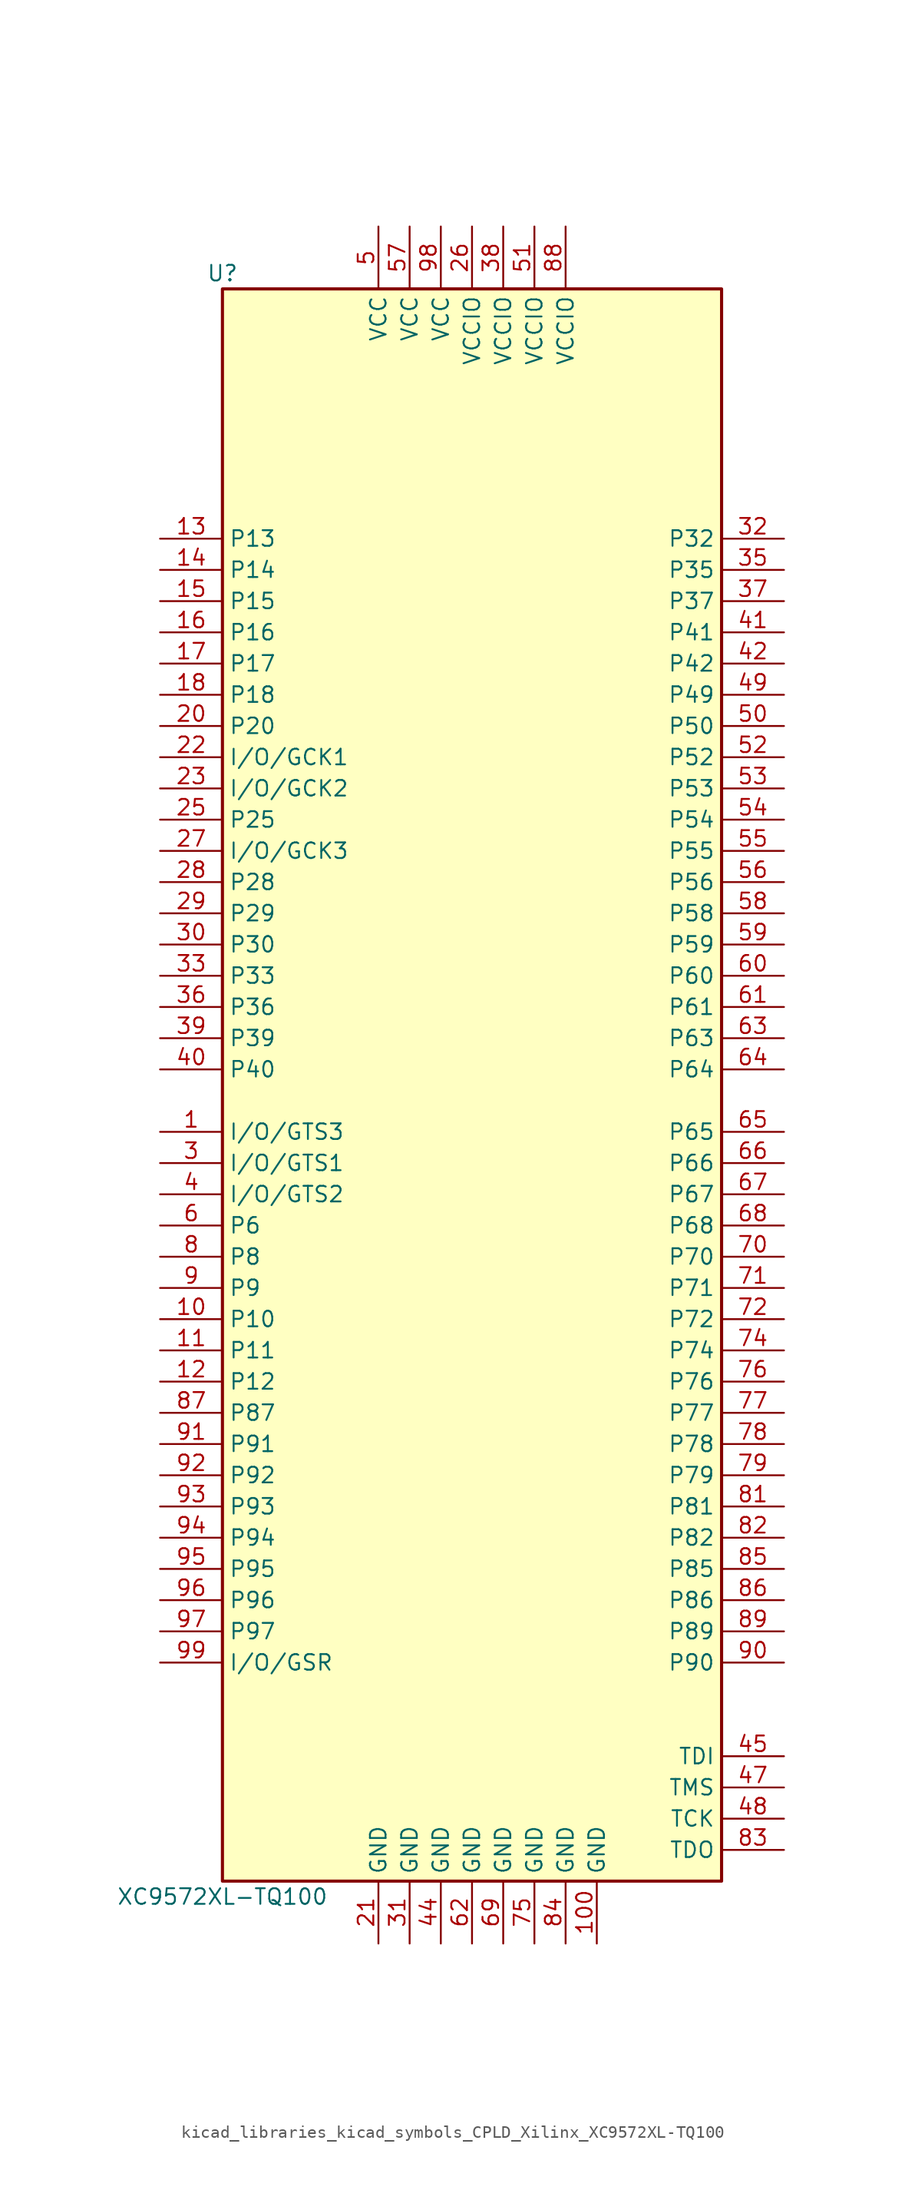
<source format=kicad_sym>
(kicad_symbol_lib
  (version 20220914)
  (generator kicad_symbol_editor)
  (symbol "kicad_libraries_kicad_symbols_CPLD_Xilinx_XC9572XL-TQ100"
    (property "Reference" "U"
      (at -20.32 64.77 0)
      (effects (font (size 1.27 1.27))))
    (property "Value" "XC9572XL-TQ100"
      (at -20.32 -67.31 0)
      (effects (font (size 1.27 1.27))))
    (symbol "kicad_libraries_kicad_symbols_CPLD_Xilinx_XC9572XL-TQ100_1_1"
      (rectangle (start -20.32 63.5) (end 20.32 -66.04) (stroke (width 0.254) (type default)) (fill (type background)))
      (pin bidirectional line (at -25.4 -5.08 0) (length 5.08) (name "I/O/GTS3" (effects (font (size 1.27 1.27)))) (number "1" (effects (font (size 1.27 1.27)))))
      (pin bidirectional line (at -25.4 -20.32 0) (length 5.08) (name "P10" (effects (font (size 1.27 1.27)))) (number "10" (effects (font (size 1.27 1.27)))))
      (pin power_in line (at 10.16 -71.12 90) (length 5.08) (name "GND" (effects (font (size 1.27 1.27)))) (number "100" (effects (font (size 1.27 1.27)))))
      (pin bidirectional line (at -25.4 -22.86 0) (length 5.08) (name "P11" (effects (font (size 1.27 1.27)))) (number "11" (effects (font (size 1.27 1.27)))))
      (pin bidirectional line (at -25.4 -25.4 0) (length 5.08) (name "P12" (effects (font (size 1.27 1.27)))) (number "12" (effects (font (size 1.27 1.27)))))
      (pin bidirectional line (at -25.4 43.18 0) (length 5.08) (name "P13" (effects (font (size 1.27 1.27)))) (number "13" (effects (font (size 1.27 1.27)))))
      (pin bidirectional line (at -25.4 40.64 0) (length 5.08) (name "P14" (effects (font (size 1.27 1.27)))) (number "14" (effects (font (size 1.27 1.27)))))
      (pin bidirectional line (at -25.4 38.1 0) (length 5.08) (name "P15" (effects (font (size 1.27 1.27)))) (number "15" (effects (font (size 1.27 1.27)))))
      (pin bidirectional line (at -25.4 35.56 0) (length 5.08) (name "P16" (effects (font (size 1.27 1.27)))) (number "16" (effects (font (size 1.27 1.27)))))
      (pin bidirectional line (at -25.4 33.02 0) (length 5.08) (name "P17" (effects (font (size 1.27 1.27)))) (number "17" (effects (font (size 1.27 1.27)))))
      (pin bidirectional line (at -25.4 30.48 0) (length 5.08) (name "P18" (effects (font (size 1.27 1.27)))) (number "18" (effects (font (size 1.27 1.27)))))
      (pin no_connect line (at -20.32 55.88 0) (length 0) hide (name "NC" (effects (font (size 1.27 1.27)))) (number "19" (effects (font (size 1.27 1.27)))))
      (pin no_connect line (at -20.32 60.96 0) (length 0) hide (name "NC" (effects (font (size 1.27 1.27)))) (number "2" (effects (font (size 1.27 1.27)))))
      (pin bidirectional line (at -25.4 27.94 0) (length 5.08) (name "P20" (effects (font (size 1.27 1.27)))) (number "20" (effects (font (size 1.27 1.27)))))
      (pin power_in line (at -7.62 -71.12 90) (length 5.08) (name "GND" (effects (font (size 1.27 1.27)))) (number "21" (effects (font (size 1.27 1.27)))))
      (pin bidirectional line (at -25.4 25.4 0) (length 5.08) (name "I/O/GCK1" (effects (font (size 1.27 1.27)))) (number "22" (effects (font (size 1.27 1.27)))))
      (pin bidirectional line (at -25.4 22.86 0) (length 5.08) (name "I/O/GCK2" (effects (font (size 1.27 1.27)))) (number "23" (effects (font (size 1.27 1.27)))))
      (pin no_connect line (at -20.32 53.34 0) (length 0) hide (name "NC" (effects (font (size 1.27 1.27)))) (number "24" (effects (font (size 1.27 1.27)))))
      (pin bidirectional line (at -25.4 20.32 0) (length 5.08) (name "P25" (effects (font (size 1.27 1.27)))) (number "25" (effects (font (size 1.27 1.27)))))
      (pin power_in line (at 0 68.58 270) (length 5.08) (name "VCCIO" (effects (font (size 1.27 1.27)))) (number "26" (effects (font (size 1.27 1.27)))))
      (pin bidirectional line (at -25.4 17.78 0) (length 5.08) (name "I/O/GCK3" (effects (font (size 1.27 1.27)))) (number "27" (effects (font (size 1.27 1.27)))))
      (pin bidirectional line (at -25.4 15.24 0) (length 5.08) (name "P28" (effects (font (size 1.27 1.27)))) (number "28" (effects (font (size 1.27 1.27)))))
      (pin bidirectional line (at -25.4 12.7 0) (length 5.08) (name "P29" (effects (font (size 1.27 1.27)))) (number "29" (effects (font (size 1.27 1.27)))))
      (pin bidirectional line (at -25.4 -7.62 0) (length 5.08) (name "I/O/GTS1" (effects (font (size 1.27 1.27)))) (number "3" (effects (font (size 1.27 1.27)))))
      (pin bidirectional line (at -25.4 10.16 0) (length 5.08) (name "P30" (effects (font (size 1.27 1.27)))) (number "30" (effects (font (size 1.27 1.27)))))
      (pin power_in line (at -5.08 -71.12 90) (length 5.08) (name "GND" (effects (font (size 1.27 1.27)))) (number "31" (effects (font (size 1.27 1.27)))))
      (pin bidirectional line (at 25.4 43.18 180) (length 5.08) (name "P32" (effects (font (size 1.27 1.27)))) (number "32" (effects (font (size 1.27 1.27)))))
      (pin bidirectional line (at -25.4 7.62 0) (length 5.08) (name "P33" (effects (font (size 1.27 1.27)))) (number "33" (effects (font (size 1.27 1.27)))))
      (pin no_connect line (at -20.32 50.8 0) (length 0) hide (name "NC" (effects (font (size 1.27 1.27)))) (number "34" (effects (font (size 1.27 1.27)))))
      (pin bidirectional line (at 25.4 40.64 180) (length 5.08) (name "P35" (effects (font (size 1.27 1.27)))) (number "35" (effects (font (size 1.27 1.27)))))
      (pin bidirectional line (at -25.4 5.08 0) (length 5.08) (name "P36" (effects (font (size 1.27 1.27)))) (number "36" (effects (font (size 1.27 1.27)))))
      (pin bidirectional line (at 25.4 38.1 180) (length 5.08) (name "P37" (effects (font (size 1.27 1.27)))) (number "37" (effects (font (size 1.27 1.27)))))
      (pin power_in line (at 2.54 68.58 270) (length 5.08) (name "VCCIO" (effects (font (size 1.27 1.27)))) (number "38" (effects (font (size 1.27 1.27)))))
      (pin bidirectional line (at -25.4 2.54 0) (length 5.08) (name "P39" (effects (font (size 1.27 1.27)))) (number "39" (effects (font (size 1.27 1.27)))))
      (pin bidirectional line (at -25.4 -10.16 0) (length 5.08) (name "I/O/GTS2" (effects (font (size 1.27 1.27)))) (number "4" (effects (font (size 1.27 1.27)))))
      (pin bidirectional line (at -25.4 0 0) (length 5.08) (name "P40" (effects (font (size 1.27 1.27)))) (number "40" (effects (font (size 1.27 1.27)))))
      (pin bidirectional line (at 25.4 35.56 180) (length 5.08) (name "P41" (effects (font (size 1.27 1.27)))) (number "41" (effects (font (size 1.27 1.27)))))
      (pin bidirectional line (at 25.4 33.02 180) (length 5.08) (name "P42" (effects (font (size 1.27 1.27)))) (number "42" (effects (font (size 1.27 1.27)))))
      (pin no_connect line (at -20.32 48.26 0) (length 0) hide (name "NC" (effects (font (size 1.27 1.27)))) (number "43" (effects (font (size 1.27 1.27)))))
      (pin power_in line (at -2.54 -71.12 90) (length 5.08) (name "GND" (effects (font (size 1.27 1.27)))) (number "44" (effects (font (size 1.27 1.27)))))
      (pin input line (at 25.4 -55.88 180) (length 5.08) (name "TDI" (effects (font (size 1.27 1.27)))) (number "45" (effects (font (size 1.27 1.27)))))
      (pin no_connect line (at 20.32 60.96 180) (length 0) hide (name "NC" (effects (font (size 1.27 1.27)))) (number "46" (effects (font (size 1.27 1.27)))))
      (pin input line (at 25.4 -58.42 180) (length 5.08) (name "TMS" (effects (font (size 1.27 1.27)))) (number "47" (effects (font (size 1.27 1.27)))))
      (pin input line (at 25.4 -60.96 180) (length 5.08) (name "TCK" (effects (font (size 1.27 1.27)))) (number "48" (effects (font (size 1.27 1.27)))))
      (pin bidirectional line (at 25.4 30.48 180) (length 5.08) (name "P49" (effects (font (size 1.27 1.27)))) (number "49" (effects (font (size 1.27 1.27)))))
      (pin power_in line (at -7.62 68.58 270) (length 5.08) (name "VCC" (effects (font (size 1.27 1.27)))) (number "5" (effects (font (size 1.27 1.27)))))
      (pin bidirectional line (at 25.4 27.94 180) (length 5.08) (name "P50" (effects (font (size 1.27 1.27)))) (number "50" (effects (font (size 1.27 1.27)))))
      (pin power_in line (at 5.08 68.58 270) (length 5.08) (name "VCCIO" (effects (font (size 1.27 1.27)))) (number "51" (effects (font (size 1.27 1.27)))))
      (pin bidirectional line (at 25.4 25.4 180) (length 5.08) (name "P52" (effects (font (size 1.27 1.27)))) (number "52" (effects (font (size 1.27 1.27)))))
      (pin bidirectional line (at 25.4 22.86 180) (length 5.08) (name "P53" (effects (font (size 1.27 1.27)))) (number "53" (effects (font (size 1.27 1.27)))))
      (pin bidirectional line (at 25.4 20.32 180) (length 5.08) (name "P54" (effects (font (size 1.27 1.27)))) (number "54" (effects (font (size 1.27 1.27)))))
      (pin bidirectional line (at 25.4 17.78 180) (length 5.08) (name "P55" (effects (font (size 1.27 1.27)))) (number "55" (effects (font (size 1.27 1.27)))))
      (pin bidirectional line (at 25.4 15.24 180) (length 5.08) (name "P56" (effects (font (size 1.27 1.27)))) (number "56" (effects (font (size 1.27 1.27)))))
      (pin power_in line (at -5.08 68.58 270) (length 5.08) (name "VCC" (effects (font (size 1.27 1.27)))) (number "57" (effects (font (size 1.27 1.27)))))
      (pin bidirectional line (at 25.4 12.7 180) (length 5.08) (name "P58" (effects (font (size 1.27 1.27)))) (number "58" (effects (font (size 1.27 1.27)))))
      (pin bidirectional line (at 25.4 10.16 180) (length 5.08) (name "P59" (effects (font (size 1.27 1.27)))) (number "59" (effects (font (size 1.27 1.27)))))
      (pin bidirectional line (at -25.4 -12.7 0) (length 5.08) (name "P6" (effects (font (size 1.27 1.27)))) (number "6" (effects (font (size 1.27 1.27)))))
      (pin bidirectional line (at 25.4 7.62 180) (length 5.08) (name "P60" (effects (font (size 1.27 1.27)))) (number "60" (effects (font (size 1.27 1.27)))))
      (pin bidirectional line (at 25.4 5.08 180) (length 5.08) (name "P61" (effects (font (size 1.27 1.27)))) (number "61" (effects (font (size 1.27 1.27)))))
      (pin power_in line (at 0 -71.12 90) (length 5.08) (name "GND" (effects (font (size 1.27 1.27)))) (number "62" (effects (font (size 1.27 1.27)))))
      (pin bidirectional line (at 25.4 2.54 180) (length 5.08) (name "P63" (effects (font (size 1.27 1.27)))) (number "63" (effects (font (size 1.27 1.27)))))
      (pin bidirectional line (at 25.4 0 180) (length 5.08) (name "P64" (effects (font (size 1.27 1.27)))) (number "64" (effects (font (size 1.27 1.27)))))
      (pin bidirectional line (at 25.4 -5.08 180) (length 5.08) (name "P65" (effects (font (size 1.27 1.27)))) (number "65" (effects (font (size 1.27 1.27)))))
      (pin bidirectional line (at 25.4 -7.62 180) (length 5.08) (name "P66" (effects (font (size 1.27 1.27)))) (number "66" (effects (font (size 1.27 1.27)))))
      (pin bidirectional line (at 25.4 -10.16 180) (length 5.08) (name "P67" (effects (font (size 1.27 1.27)))) (number "67" (effects (font (size 1.27 1.27)))))
      (pin bidirectional line (at 25.4 -12.7 180) (length 5.08) (name "P68" (effects (font (size 1.27 1.27)))) (number "68" (effects (font (size 1.27 1.27)))))
      (pin power_in line (at 2.54 -71.12 90) (length 5.08) (name "GND" (effects (font (size 1.27 1.27)))) (number "69" (effects (font (size 1.27 1.27)))))
      (pin no_connect line (at -20.32 58.42 0) (length 0) hide (name "NC" (effects (font (size 1.27 1.27)))) (number "7" (effects (font (size 1.27 1.27)))))
      (pin bidirectional line (at 25.4 -15.24 180) (length 5.08) (name "P70" (effects (font (size 1.27 1.27)))) (number "70" (effects (font (size 1.27 1.27)))))
      (pin bidirectional line (at 25.4 -17.78 180) (length 5.08) (name "P71" (effects (font (size 1.27 1.27)))) (number "71" (effects (font (size 1.27 1.27)))))
      (pin bidirectional line (at 25.4 -20.32 180) (length 5.08) (name "P72" (effects (font (size 1.27 1.27)))) (number "72" (effects (font (size 1.27 1.27)))))
      (pin no_connect line (at 20.32 58.42 180) (length 0) hide (name "NC" (effects (font (size 1.27 1.27)))) (number "73" (effects (font (size 1.27 1.27)))))
      (pin bidirectional line (at 25.4 -22.86 180) (length 5.08) (name "P74" (effects (font (size 1.27 1.27)))) (number "74" (effects (font (size 1.27 1.27)))))
      (pin power_in line (at 5.08 -71.12 90) (length 5.08) (name "GND" (effects (font (size 1.27 1.27)))) (number "75" (effects (font (size 1.27 1.27)))))
      (pin bidirectional line (at 25.4 -25.4 180) (length 5.08) (name "P76" (effects (font (size 1.27 1.27)))) (number "76" (effects (font (size 1.27 1.27)))))
      (pin bidirectional line (at 25.4 -27.94 180) (length 5.08) (name "P77" (effects (font (size 1.27 1.27)))) (number "77" (effects (font (size 1.27 1.27)))))
      (pin bidirectional line (at 25.4 -30.48 180) (length 5.08) (name "P78" (effects (font (size 1.27 1.27)))) (number "78" (effects (font (size 1.27 1.27)))))
      (pin bidirectional line (at 25.4 -33.02 180) (length 5.08) (name "P79" (effects (font (size 1.27 1.27)))) (number "79" (effects (font (size 1.27 1.27)))))
      (pin bidirectional line (at -25.4 -15.24 0) (length 5.08) (name "P8" (effects (font (size 1.27 1.27)))) (number "8" (effects (font (size 1.27 1.27)))))
      (pin no_connect line (at 20.32 55.88 180) (length 0) hide (name "NC" (effects (font (size 1.27 1.27)))) (number "80" (effects (font (size 1.27 1.27)))))
      (pin bidirectional line (at 25.4 -35.56 180) (length 5.08) (name "P81" (effects (font (size 1.27 1.27)))) (number "81" (effects (font (size 1.27 1.27)))))
      (pin bidirectional line (at 25.4 -38.1 180) (length 5.08) (name "P82" (effects (font (size 1.27 1.27)))) (number "82" (effects (font (size 1.27 1.27)))))
      (pin output line (at 25.4 -63.5 180) (length 5.08) (name "TDO" (effects (font (size 1.27 1.27)))) (number "83" (effects (font (size 1.27 1.27)))))
      (pin power_in line (at 7.62 -71.12 90) (length 5.08) (name "GND" (effects (font (size 1.27 1.27)))) (number "84" (effects (font (size 1.27 1.27)))))
      (pin bidirectional line (at 25.4 -40.64 180) (length 5.08) (name "P85" (effects (font (size 1.27 1.27)))) (number "85" (effects (font (size 1.27 1.27)))))
      (pin bidirectional line (at 25.4 -43.18 180) (length 5.08) (name "P86" (effects (font (size 1.27 1.27)))) (number "86" (effects (font (size 1.27 1.27)))))
      (pin bidirectional line (at -25.4 -27.94 0) (length 5.08) (name "P87" (effects (font (size 1.27 1.27)))) (number "87" (effects (font (size 1.27 1.27)))))
      (pin power_in line (at 7.62 68.58 270) (length 5.08) (name "VCCIO" (effects (font (size 1.27 1.27)))) (number "88" (effects (font (size 1.27 1.27)))))
      (pin bidirectional line (at 25.4 -45.72 180) (length 5.08) (name "P89" (effects (font (size 1.27 1.27)))) (number "89" (effects (font (size 1.27 1.27)))))
      (pin bidirectional line (at -25.4 -17.78 0) (length 5.08) (name "P9" (effects (font (size 1.27 1.27)))) (number "9" (effects (font (size 1.27 1.27)))))
      (pin bidirectional line (at 25.4 -48.26 180) (length 5.08) (name "P90" (effects (font (size 1.27 1.27)))) (number "90" (effects (font (size 1.27 1.27)))))
      (pin bidirectional line (at -25.4 -30.48 0) (length 5.08) (name "P91" (effects (font (size 1.27 1.27)))) (number "91" (effects (font (size 1.27 1.27)))))
      (pin bidirectional line (at -25.4 -33.02 0) (length 5.08) (name "P92" (effects (font (size 1.27 1.27)))) (number "92" (effects (font (size 1.27 1.27)))))
      (pin bidirectional line (at -25.4 -35.56 0) (length 5.08) (name "P93" (effects (font (size 1.27 1.27)))) (number "93" (effects (font (size 1.27 1.27)))))
      (pin bidirectional line (at -25.4 -38.1 0) (length 5.08) (name "P94" (effects (font (size 1.27 1.27)))) (number "94" (effects (font (size 1.27 1.27)))))
      (pin bidirectional line (at -25.4 -40.64 0) (length 5.08) (name "P95" (effects (font (size 1.27 1.27)))) (number "95" (effects (font (size 1.27 1.27)))))
      (pin bidirectional line (at -25.4 -43.18 0) (length 5.08) (name "P96" (effects (font (size 1.27 1.27)))) (number "96" (effects (font (size 1.27 1.27)))))
      (pin bidirectional line (at -25.4 -45.72 0) (length 5.08) (name "P97" (effects (font (size 1.27 1.27)))) (number "97" (effects (font (size 1.27 1.27)))))
      (pin power_in line (at -2.54 68.58 270) (length 5.08) (name "VCC" (effects (font (size 1.27 1.27)))) (number "98" (effects (font (size 1.27 1.27)))))
      (pin bidirectional line (at -25.4 -48.26 0) (length 5.08) (name "I/O/GSR" (effects (font (size 1.27 1.27)))) (number "99" (effects (font (size 1.27 1.27))))))))
</source>
